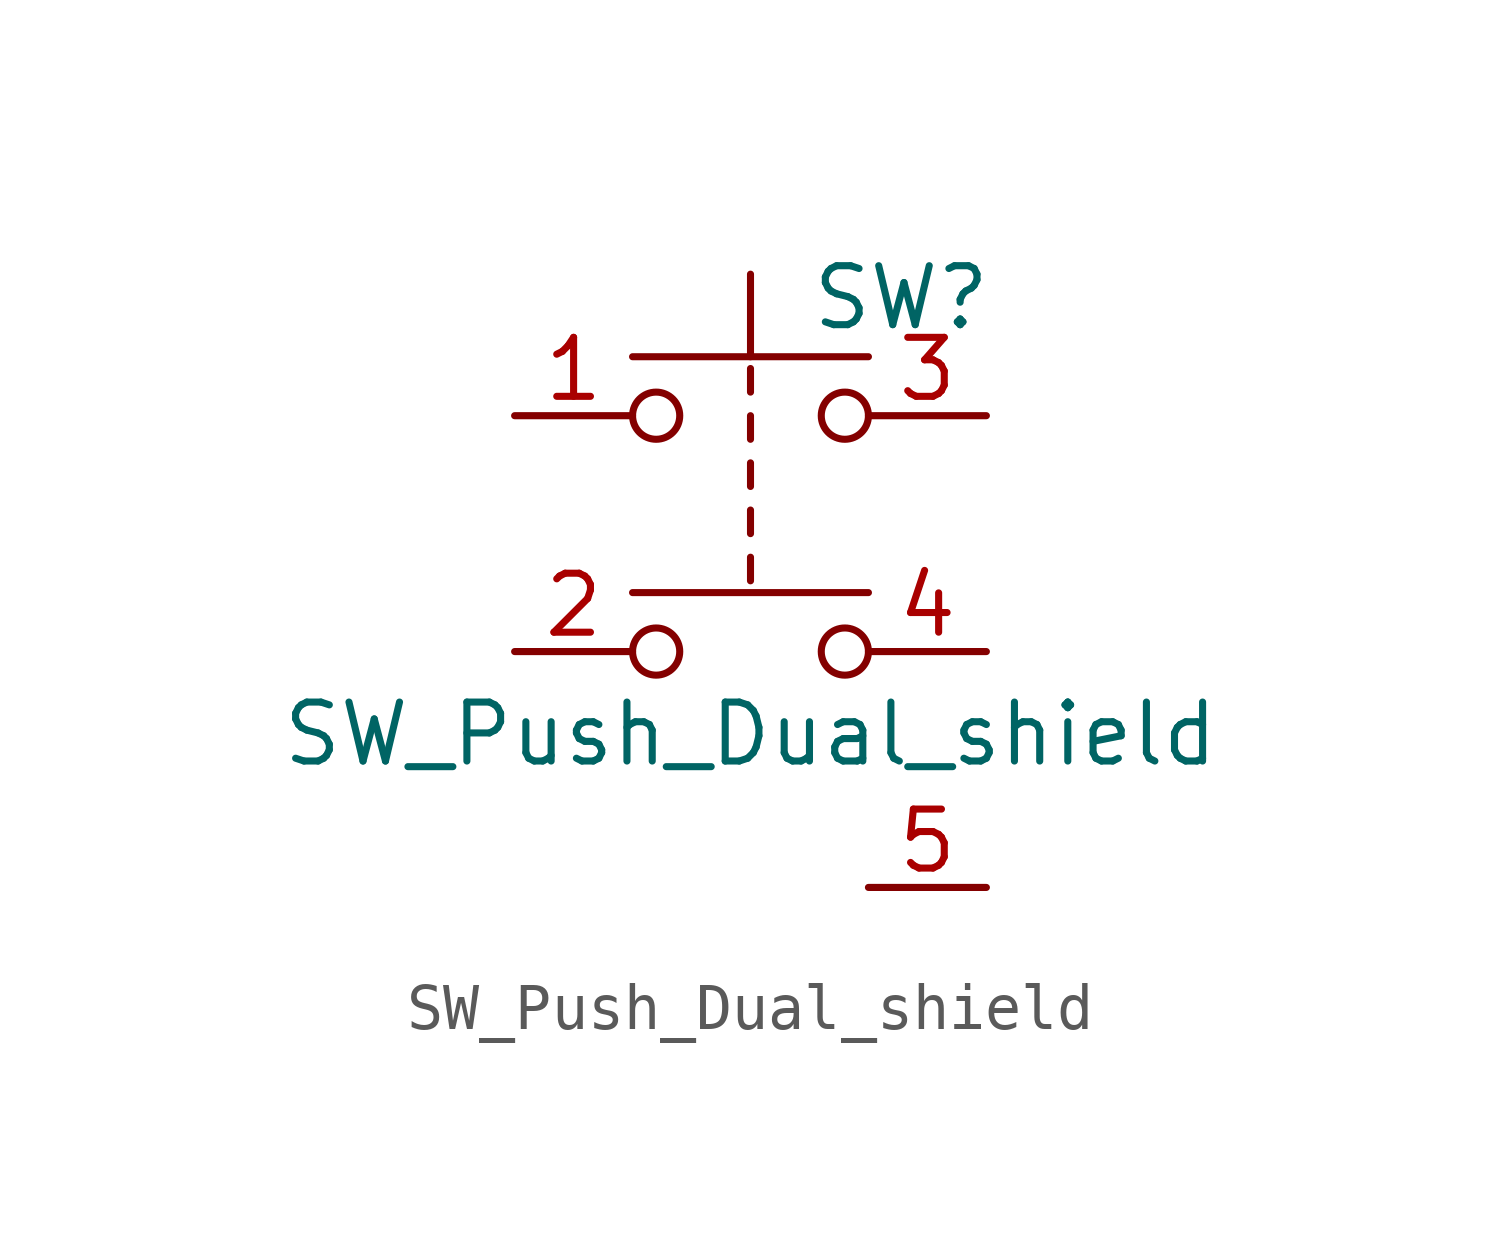
<source format=kicad_sym>
(kicad_symbol_lib
  (version 20220914)
  (generator kicad_symbol_editor)
  (symbol "SW_Push_Dual_shield"
    (pin_names
      (offset 1.016) hide)
    (property "Reference" "SW"
      (at 1.27 2.54 0)
      (effects (font (size 1.27 1.27)) (justify left)))
    (property "Value" "SW_Push_Dual_shield"
      (at 0 -6.858 0)
      (effects (font (size 1.27 1.27))))
    (symbol "SW_Push_Dual_shield_0_1"
      (circle (center -2.032 -5.08) (radius 0.508) (stroke (width 0) (type default)) (fill (type none)))
      (circle (center -2.032 0) (radius 0.508) (stroke (width 0) (type default)) (fill (type none)))
      (polyline (pts (xy 0 -3.048) (xy 0 -3.556)) (stroke (width 0) (type default)) (fill (type none)))
      (polyline (pts (xy 0 -2.032) (xy 0 -2.54)) (stroke (width 0) (type default)) (fill (type none)))
      (polyline (pts (xy 0 -1.524) (xy 0 -1.016)) (stroke (width 0) (type default)) (fill (type none)))
      (polyline (pts (xy 0 -0.508) (xy 0 0)) (stroke (width 0) (type default)) (fill (type none)))
      (polyline (pts (xy 0 0.508) (xy 0 1.016)) (stroke (width 0) (type default)) (fill (type none)))
      (polyline (pts (xy 0 1.27) (xy 0 3.048)) (stroke (width 0) (type default)) (fill (type none)))
      (polyline (pts (xy 2.54 -3.81) (xy -2.54 -3.81)) (stroke (width 0) (type default)) (fill (type none)))
      (polyline (pts (xy 2.54 1.27) (xy -2.54 1.27)) (stroke (width 0) (type default)) (fill (type none)))
      (circle (center 2.032 -5.08) (radius 0.508) (stroke (width 0) (type default)) (fill (type none)))
      (circle (center 2.032 0) (radius 0.508) (stroke (width 0) (type default)) (fill (type none)))
      (pin passive line (at -5.08 0 0) (length 2.54) (name "1" (effects (font (size 1.27 1.27)))) (number "1" (effects (font (size 1.27 1.27)))))
      (pin passive line (at 5.08 -5.08 180) (length 2.54) (name "4" (effects (font (size 1.27 1.27)))) (number "4" (effects (font (size 1.27 1.27))))))
    (symbol "SW_Push_Dual_shield_1_1"
      (pin passive line (at -5.08 -5.08 0) (length 2.54) (name "2" (effects (font (size 1.27 1.27)))) (number "2" (effects (font (size 1.27 1.27)))))
      (pin passive line (at 5.08 0 180) (length 2.54) (name "3" (effects (font (size 1.27 1.27)))) (number "3" (effects (font (size 1.27 1.27)))))
      (pin passive line (at 5.08 -10.16 180) (length 2.54) (name "SH" (effects (font (size 1.27 1.27)))) (number "5" (effects (font (size 1.27 1.27))))))))
</source>
